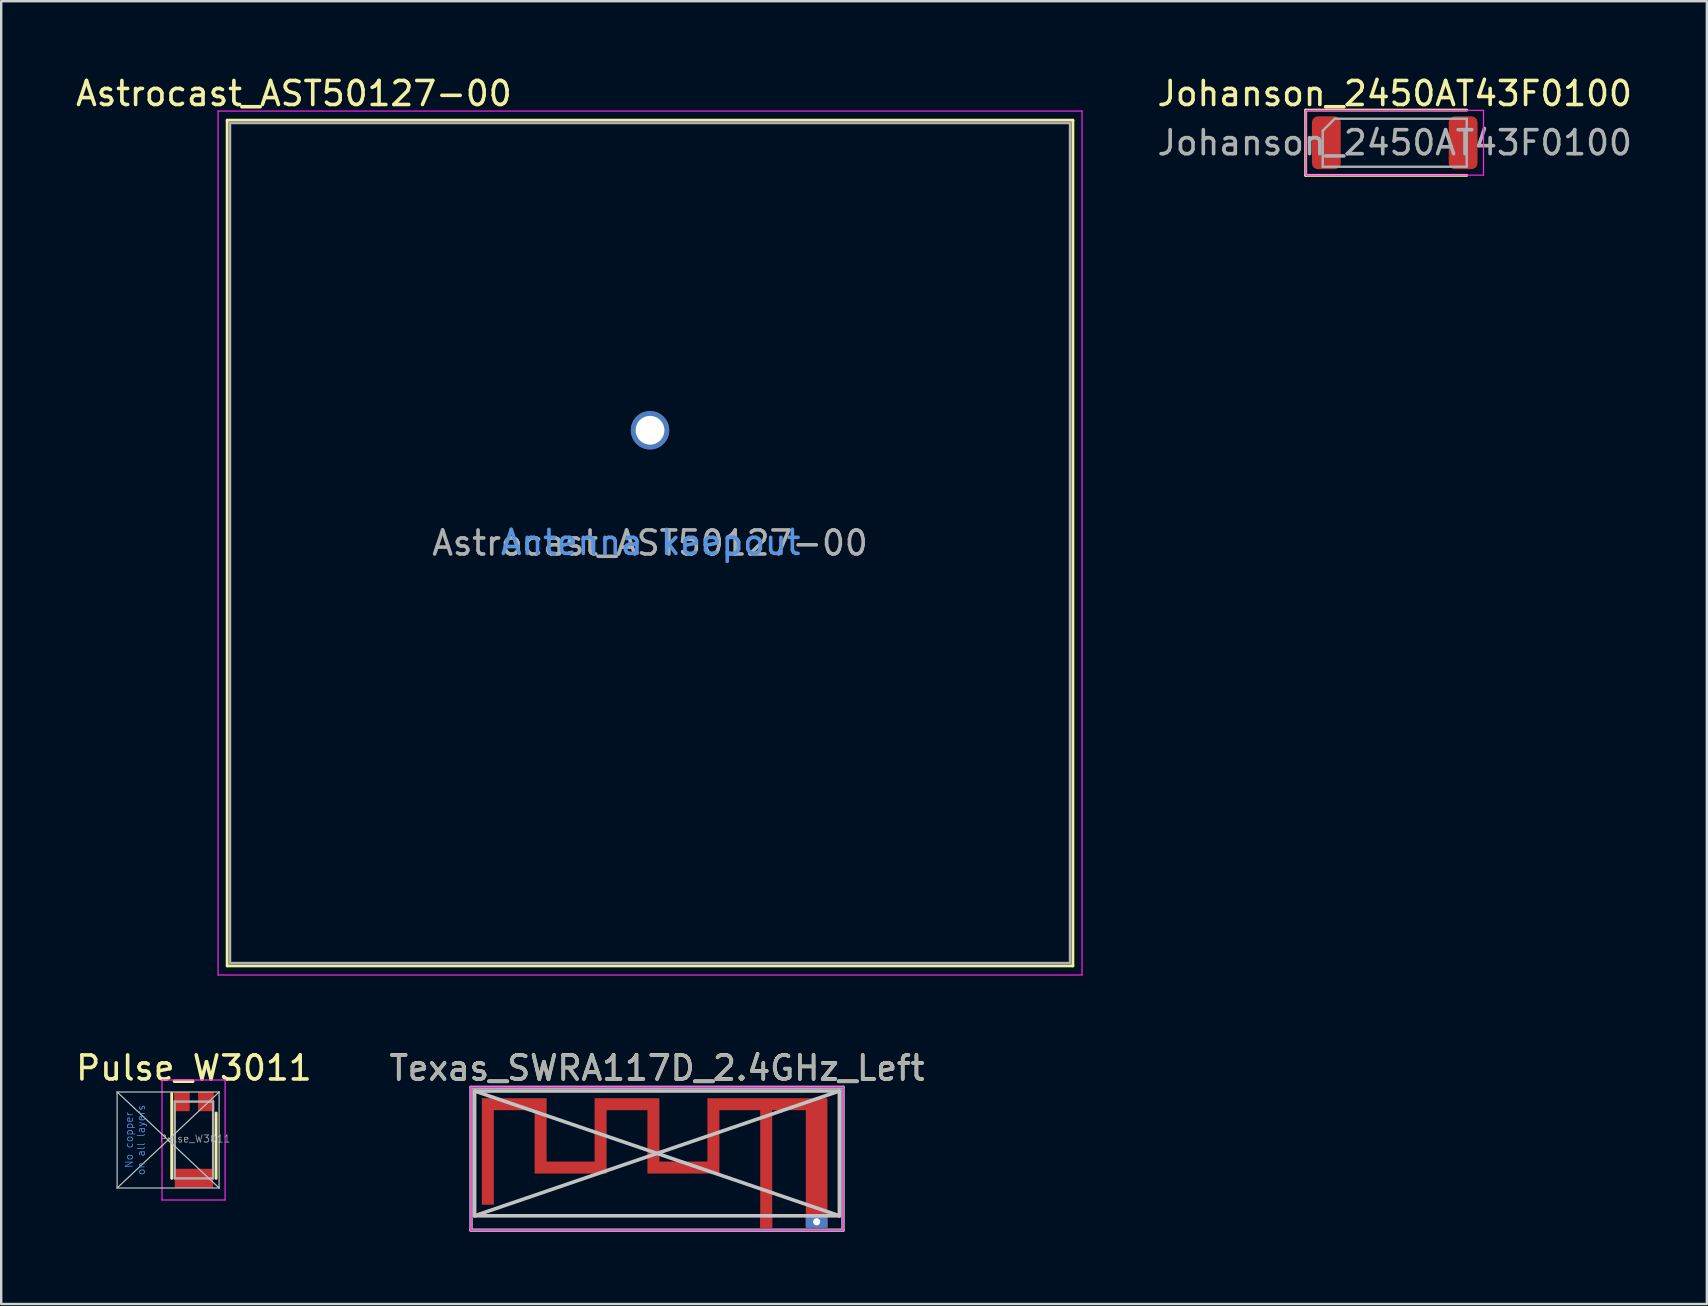
<source format=kicad_pcb>
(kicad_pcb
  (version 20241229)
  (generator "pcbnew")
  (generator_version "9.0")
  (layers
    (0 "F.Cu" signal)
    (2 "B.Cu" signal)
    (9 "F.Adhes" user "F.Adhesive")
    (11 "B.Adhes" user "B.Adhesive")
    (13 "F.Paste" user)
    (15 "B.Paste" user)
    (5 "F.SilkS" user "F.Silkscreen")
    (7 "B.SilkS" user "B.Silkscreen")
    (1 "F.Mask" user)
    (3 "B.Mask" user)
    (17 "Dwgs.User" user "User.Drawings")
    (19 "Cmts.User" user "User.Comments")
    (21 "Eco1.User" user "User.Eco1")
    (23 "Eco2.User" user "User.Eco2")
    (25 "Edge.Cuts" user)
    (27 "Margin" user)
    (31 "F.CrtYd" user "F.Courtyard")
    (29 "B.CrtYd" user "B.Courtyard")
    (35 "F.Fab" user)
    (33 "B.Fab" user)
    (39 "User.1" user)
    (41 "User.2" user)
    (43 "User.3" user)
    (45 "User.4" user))
  (footprint "Astrocast_AST50127-00"
    (layer "F.Cu")
    (at 24.036 14.878)
    (property "Reference" "Astrocast_AST50127-00" (at -14.84 -14.03 0) (unlocked yes) (layer "F.SilkS") (effects (font (size 1 1) (thickness 0.15))))
    (attr through_hole)
    (fp_poly (pts (xy 17.49 -0.05) (xy 17.5 22.19) (xy -17.5 22.2) (xy -17.49 -0.01) (xy -1.46 0.01) (xy -1.43 0.23) (xy -1.39 0.41) (xy -1.31 0.6) (xy -1.2 0.8) (xy -1.03 1.03) (xy -0.78 1.22) (xy -0.48 1.37) (xy -0.17 1.44) (xy 0.23 1.44) (xy 0.66 1.3) (xy 1.02 1.03) (xy 1.19 0.82) (xy 1.33 0.58) (xy 1.42 0.33) (xy 1.44 0.17) (xy 1.46 -0.01) (xy 17.51 -0.01)) (stroke (width 0.2) (type solid)) (fill yes) (layer "F.Mask"))
    (fp_poly (pts (xy 17.51 -0.01) (xy 1.46 -0.01) (xy 1.44 -0.14) (xy 1.43 -0.27) (xy 1.39 -0.42) (xy 1.36 -0.52) (xy 1.28 -0.68) (xy 1.18 -0.84) (xy 1.02 -1.04) (xy 0.86 -1.18) (xy 0.59 -1.34) (xy 0.2 -1.45) (xy -0.14 -1.46) (xy -0.46 -1.38) (xy -0.66 -1.3) (xy -0.97 -1.1) (xy -1.15 -0.91) (xy -1.29 -0.7) (xy -1.39 -0.46) (xy -1.45 -0.23) (xy -1.46 -0.01) (xy -1.46 0.01) (xy -17.49 -0.01) (xy -17.51 -12.81) (xy 17.51 -12.8)) (stroke (width 0.2) (type solid)) (fill yes) (layer "F.Mask"))
    (fp_line (start -17.62 -12.92) (end 17.62 -12.92) (stroke (width 0.12) (type solid)) (layer "F.SilkS"))
    (fp_line (start -17.62 22.32) (end -17.62 -12.92) (stroke (width 0.12) (type solid)) (layer "F.SilkS"))
    (fp_line (start 17.62 -12.92) (end 17.62 22.32) (stroke (width 0.12) (type solid)) (layer "F.SilkS"))
    (fp_line (start 17.62 22.32) (end -17.62 22.32) (stroke (width 0.12) (type solid)) (layer "F.SilkS"))
    (fp_line (start -18 -13.3) (end 18 -13.3) (stroke (width 0.05) (type solid)) (layer "F.CrtYd"))
    (fp_line (start -18 22.7) (end -18 -13.3) (stroke (width 0.05) (type solid)) (layer "F.CrtYd"))
    (fp_line (start 18 -13.3) (end 18 22.7) (stroke (width 0.05) (type solid)) (layer "F.CrtYd"))
    (fp_line (start 18 22.7) (end -18 22.7) (stroke (width 0.05) (type solid)) (layer "F.CrtYd"))
    (fp_line (start -17.5 -12.8) (end 17.5 -12.8) (stroke (width 0.1) (type solid)) (layer "F.Fab"))
    (fp_line (start -17.5 22.2) (end -17.5 -12.8) (stroke (width 0.1) (type solid)) (layer "F.Fab"))
    (fp_line (start 17.5 -12.8) (end 17.5 22.2) (stroke (width 0.1) (type solid)) (layer "F.Fab"))
    (fp_line (start 17.5 22.2) (end -17.5 22.2) (stroke (width 0.1) (type solid)) (layer "F.Fab"))
    (fp_text user "Antenna keepout" (at -6.31 5.26 0) (unlocked yes) (layer "Cmts.User") (effects (font (size 1 1) (thickness 0.15)) (justify left bottom)))
    (fp_text user "${REFERENCE}" (at 0 4.7 0) (layer "F.Fab") (effects (font (size 1 1) (thickness 0.15))))
    (pad "1" thru_hole circle (at 0 0) (size 1.6 1.6) (drill 1.2) (layers "*.Cu" "*.Mask"))
    (zone (net_name "") (layer "F.Cu") (name "Antenna Keepout") (hatch full 0.5) (connect_pads) (min_thickness 0.25) (filled_areas_thickness no) (keepout (tracks not_allowed) (vias allowed) (pads not_allowed) (copperpour allowed) (footprints not_allowed)) (placement (enabled no)) (fill) (polygon (pts (xy 6.536 2.078) (xy 6.536 37.078) (xy 41.536 37.078) (xy 41.536 2.078)))))
  (footprint "Johanson_2450AT43F0100"
    (layer "F.Cu")
    (at 55.067 2.898)
    (property "Reference" "Johanson_2450AT43F0100" (at 0 -2.05 0) (layer "F.SilkS") (effects (font (size 1 1) (thickness 0.15))))
    (attr smd)
    (fp_line (start -3.71 -1.36) (end -3.71 1.36) (stroke (width 0.12) (type solid)) (layer "F.SilkS"))
    (fp_line (start -3.71 1.36) (end 3 1.36) (stroke (width 0.12) (type solid)) (layer "F.SilkS"))
    (fp_line (start 3 -1.36) (end -3.71 -1.36) (stroke (width 0.12) (type solid)) (layer "F.SilkS"))
    (fp_line (start -3.7 -1.35) (end 3.7 -1.35) (stroke (width 0.05) (type solid)) (layer "F.CrtYd"))
    (fp_line (start -3.7 1.35) (end -3.7 -1.35) (stroke (width 0.05) (type solid)) (layer "F.CrtYd"))
    (fp_line (start 3.7 -1.35) (end 3.7 1.35) (stroke (width 0.05) (type solid)) (layer "F.CrtYd"))
    (fp_line (start 3.7 1.35) (end -3.7 1.35) (stroke (width 0.05) (type solid)) (layer "F.CrtYd"))
    (fp_line (start -3 -0.5) (end -3 1) (stroke (width 0.1) (type solid)) (layer "F.Fab"))
    (fp_line (start -3 1) (end 3 1) (stroke (width 0.1) (type solid)) (layer "F.Fab"))
    (fp_line (start -2.5 -1) (end -3 -0.5) (stroke (width 0.1) (type solid)) (layer "F.Fab"))
    (fp_line (start 3 -1) (end -2.5 -1) (stroke (width 0.1) (type solid)) (layer "F.Fab"))
    (fp_line (start 3 1) (end 3 -1) (stroke (width 0.1) (type solid)) (layer "F.Fab"))
    (fp_text user "${REFERENCE}" (at 0 0 0) (layer "F.Fab") (effects (font (size 1 1) (thickness 0.15))))
    (pad "1" smd roundrect (at -2.85 0) (size 1.2 2.2) (layers "F.Cu" "F.Mask" "F.Paste") (roundrect_rratio 0.208))
    (pad "2" smd roundrect (at 2.85 0) (size 1.2 2.2) (layers "F.Cu" "F.Mask" "F.Paste") (roundrect_rratio 0.208)))
  (footprint "Pulse_W3011"
    (layer "F.Cu")
    (at 5.03 44.452)
    (property "Reference" "Pulse_W3011" (at 0 -3 0) (layer "F.SilkS") (effects (font (size 1 1) (thickness 0.15))))
    (attr smd)
    (fp_line (start -0.925 1.6) (end -0.925 -1.95) (stroke (width 0.12) (type solid)) (layer "F.SilkS"))
    (fp_line (start 0.925 1.6) (end 0.925 -1.125) (stroke (width 0.12) (type solid)) (layer "F.SilkS"))
    (fp_line (start -3.2 -2) (end -3.2 2) (stroke (width 0.05) (type solid)) (layer "Dwgs.User"))
    (fp_line (start -3.2 -2) (end 1.05 2) (stroke (width 0.05) (type solid)) (layer "Dwgs.User"))
    (fp_line (start -3.2 2) (end 1.05 2) (stroke (width 0.05) (type solid)) (layer "Dwgs.User"))
    (fp_line (start 1.05 -2) (end -3.2 -2) (stroke (width 0.05) (type solid)) (layer "Dwgs.User"))
    (fp_line (start 1.05 -2) (end -3.2 2) (stroke (width 0.05) (type solid)) (layer "Dwgs.User"))
    (fp_line (start 1.05 2) (end 1.05 -2) (stroke (width 0.05) (type solid)) (layer "Dwgs.User"))
    (fp_line (start -1.33 -2.5) (end -1.33 2.5) (stroke (width 0.05) (type solid)) (layer "F.CrtYd"))
    (fp_line (start -1.33 -2.5) (end 1.3 -2.5) (stroke (width 0.05) (type solid)) (layer "F.CrtYd"))
    (fp_line (start -1.33 2.5) (end 1.3 2.5) (stroke (width 0.05) (type solid)) (layer "F.CrtYd"))
    (fp_line (start 1.3 -2.5) (end 1.3 2.5) (stroke (width 0.05) (type solid)) (layer "F.CrtYd"))
    (fp_line (start -0.8 -1.6) (end 0.8 -1.6) (stroke (width 0.1) (type solid)) (layer "F.Fab"))
    (fp_line (start -0.8 1.6) (end -0.8 -1.6) (stroke (width 0.1) (type solid)) (layer "F.Fab"))
    (fp_line (start -0.8 1.6) (end 0.8 1.6) (stroke (width 0.1) (type solid)) (layer "F.Fab"))
    (fp_line (start 0.8 1.6) (end 0.8 -1.6) (stroke (width 0.1) (type solid)) (layer "F.Fab"))
    (fp_text user "on all layers" (at -2.2 0 90) (layer "Cmts.User") (effects (font (size 0.3 0.3) (thickness 0.03))))
    (fp_text user "No copper" (at -2.7 0 90) (layer "Cmts.User") (effects (font (size 0.3 0.3) (thickness 0.03))))
    (fp_text user "${REFERENCE}" (at 0.05 -0.05 0) (layer "F.Fab") (effects (font (size 0.3 0.3) (thickness 0.03))))
    (pad "1" smd trapezoid (at -0.5 -1.6 90) (size 0.8 0.65) (layers "F.Cu" "F.Mask" "F.Paste"))
    (pad "2" smd trapezoid (at 0 1.6 90) (size 0.8 1.6) (layers "F.Cu" "F.Mask" "F.Paste"))
    (pad "2" smd trapezoid (at 0.5 -1.6 90) (size 0.8 0.65) (layers "F.Cu" "F.Mask" "F.Paste")))
  (footprint "Texas_SWRA117D_2.4GHz_Left"
    (layer "F.Cu")
    (at 28.877 47.861)
    (property "Reference" "Texas_SWRA117D_2.4GHz_Left" (at -4.55 -6.41 0) (layer "F.SilkS") (effects (font (size 1 1) (thickness 0.15))))
    (attr exclude_from_pos_files exclude_from_bom)
    (fp_poly (pts (xy -2.45 -2.51) (xy -4.45 -2.51) (xy -4.45 -5.15) (xy -7.15 -5.15) (xy -7.15 -2.51) (xy -9.15 -2.51) (xy -9.15 -5.15) (xy -11.85 -5.15) (xy -11.85 -0.71) (xy -11.35 -0.71) (xy -11.35 -4.65) (xy -9.65 -4.65) (xy -9.65 -2.01) (xy -6.65 -2.01) (xy -6.65 -4.65) (xy -4.95 -4.65) (xy -4.95 -2.01) (xy -1.95 -2.01) (xy -1.95 -4.65) (xy -0.25 -4.65) (xy -0.25 0.25) (xy 0.25 0.25) (xy 0.25 -4.65) (xy 1.65 -4.65) (xy 1.65 0.25) (xy 2.55 0.25) (xy 2.55 0.007) (xy 2.248 0.007) (xy 2.238 0.054) (xy 2.214 0.097) (xy 2.176 0.13) (xy 2.168 0.134) (xy 2.125 0.146) (xy 2.077 0.145) (xy 2.031 0.132) (xy 2.013 0.122) (xy 1.979 0.087) (xy 1.958 0.041) (xy 1.952 -0.008) (xy 1.96 -0.056) (xy 1.977 -0.089) (xy 2.012 -0.121) (xy 2.058 -0.141) (xy 2.107 -0.148) (xy 2.155 -0.14) (xy 2.188 -0.123) (xy 2.223 -0.086) (xy 2.243 -0.042) (xy 2.248 0.007) (xy 2.55 0.007) (xy 2.55 -5.15) (xy -2.45 -5.15) (xy -2.45 -2.51)) (stroke (width 0) (type solid)) (fill yes) (layer "F.Cu"))
    (fp_line (start -12.15 -0.25) (end -12.15 -5.45) (stroke (width 0.15) (type solid)) (layer "Dwgs.User"))
    (fp_line (start 3.05 -5.45) (end -12.15 -5.45) (stroke (width 0.15) (type solid)) (layer "Dwgs.User"))
    (fp_line (start 3.05 -5.45) (end -12.15 -0.25) (stroke (width 0.15) (type solid)) (layer "Dwgs.User"))
    (fp_line (start 3.05 -0.25) (end -12.15 -5.45) (stroke (width 0.15) (type solid)) (layer "Dwgs.User"))
    (fp_line (start 3.05 -0.25) (end -12.15 -0.25) (stroke (width 0.15) (type solid)) (layer "Dwgs.User"))
    (fp_line (start 3.05 -0.25) (end 3.05 -5.45) (stroke (width 0.15) (type solid)) (layer "Dwgs.User"))
    (fp_line (start -12.3 -5.6) (end -12.3 0.35) (stroke (width 0.05) (type solid)) (layer "F.CrtYd"))
    (fp_line (start -12.3 0.35) (end 3.2 0.35) (stroke (width 0.05) (type solid)) (layer "F.CrtYd"))
    (fp_line (start 3.2 -5.6) (end -12.3 -5.6) (stroke (width 0.05) (type solid)) (layer "F.CrtYd"))
    (fp_line (start 3.2 0.35) (end 3.2 -5.6) (stroke (width 0.05) (type solid)) (layer "F.CrtYd"))
    (fp_line (start -12.3 -5.6) (end -12.3 0.35) (stroke (width 0.15) (type solid)) (layer "F.Fab"))
    (fp_line (start -12.3 0.35) (end 3.2 0.35) (stroke (width 0.15) (type solid)) (layer "F.Fab"))
    (fp_line (start 3.2 -5.6) (end -12.3 -5.6) (stroke (width 0.15) (type solid)) (layer "F.Fab"))
    (fp_line (start 3.2 0.35) (end 3.2 -5.6) (stroke (width 0.15) (type solid)) (layer "F.Fab"))
    (fp_text user "${REFERENCE}" (at -4.55 -6.4 0) (layer "F.Fab") (effects (font (size 1 1) (thickness 0.15))))
    (pad "1" connect rect (at 0 0) (size 0.5 0.5) (layers "F.Cu"))
    (pad "2" thru_hole rect (at 2.1 0) (size 0.9 0.5) (drill 0.3) (layers "*.Cu")))
  (gr_rect
    (start -3 -3)
    (end 68.073 51.286)
    (stroke (width 0.1) (type default))
    (fill no)
    (layer "Edge.Cuts")))
</source>
